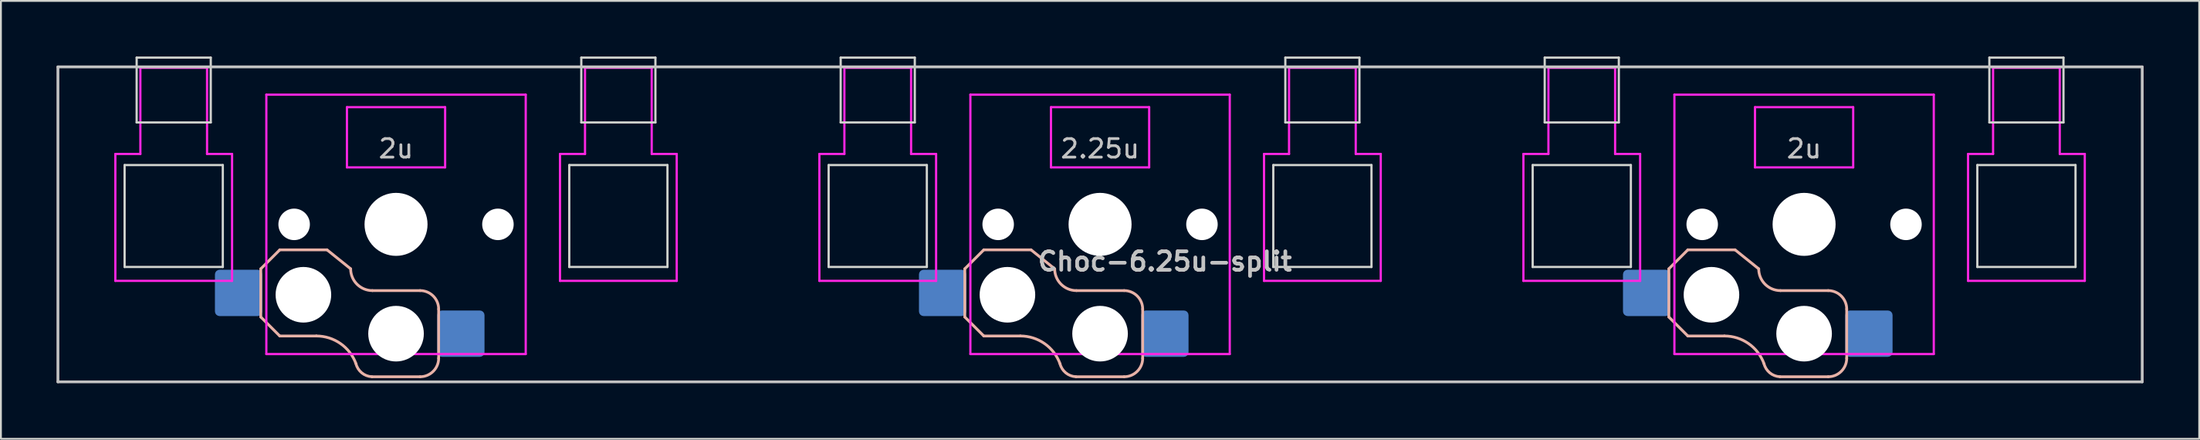
<source format=kicad_pcb>
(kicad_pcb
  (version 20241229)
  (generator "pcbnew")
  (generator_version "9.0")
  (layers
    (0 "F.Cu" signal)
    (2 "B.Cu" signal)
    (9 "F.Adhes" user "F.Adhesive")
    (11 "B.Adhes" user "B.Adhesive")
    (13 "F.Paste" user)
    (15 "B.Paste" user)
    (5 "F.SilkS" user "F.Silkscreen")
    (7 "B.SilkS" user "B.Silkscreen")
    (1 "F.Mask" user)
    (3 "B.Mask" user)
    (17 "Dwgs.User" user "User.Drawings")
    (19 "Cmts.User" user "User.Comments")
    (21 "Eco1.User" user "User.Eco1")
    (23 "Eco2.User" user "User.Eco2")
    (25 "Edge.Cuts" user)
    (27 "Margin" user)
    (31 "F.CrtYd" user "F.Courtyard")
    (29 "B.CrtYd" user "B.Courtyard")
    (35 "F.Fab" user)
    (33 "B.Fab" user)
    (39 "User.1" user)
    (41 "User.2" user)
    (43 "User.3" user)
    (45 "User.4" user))
  (footprint "Choc-6.25u-split"
    (layer "F.Cu")
    (at 56.326 9.06)
    (property "Reference" "Choc-6.25u-split" (at 3.5 2 180) (layer "Dwgs.User") (effects (font (size 1 1) (thickness 0.2))))
    (attr through_hole)
    (fp_line (start -45.3 2.4) (end -45.3 5) (stroke (width 0.15) (type solid)) (layer "B.SilkS"))
    (fp_line (start -45.3 2.4) (end -44.275 1.375) (stroke (width 0.15) (type solid)) (layer "B.SilkS"))
    (fp_line (start -45.3 5) (end -44.275 6.025) (stroke (width 0.15) (type solid)) (layer "B.SilkS"))
    (fp_line (start -42.3 6.025) (end -44.275 6.025) (stroke (width 0.15) (type solid)) (layer "B.SilkS"))
    (fp_line (start -41.725 1.375) (end -44.275 1.375) (stroke (width 0.15) (type solid)) (layer "B.SilkS"))
    (fp_line (start -41.725 1.375) (end -40.45 2.4) (stroke (width 0.15) (type solid)) (layer "B.SilkS"))
    (fp_line (start -36.7 3.575) (end -39.275 3.575) (stroke (width 0.15) (type solid)) (layer "B.SilkS"))
    (fp_line (start -36.7 8.225) (end -39.3 8.225) (stroke (width 0.15) (type solid)) (layer "B.SilkS"))
    (fp_line (start -35.7 4.575) (end -35.7 7.225) (stroke (width 0.15) (type solid)) (layer "B.SilkS"))
    (fp_line (start -7.3 2.4) (end -7.3 5) (stroke (width 0.15) (type solid)) (layer "B.SilkS"))
    (fp_line (start -7.3 2.4) (end -6.275 1.375) (stroke (width 0.15) (type solid)) (layer "B.SilkS"))
    (fp_line (start -7.3 5) (end -6.275 6.025) (stroke (width 0.15) (type solid)) (layer "B.SilkS"))
    (fp_line (start -4.3 6.025) (end -6.275 6.025) (stroke (width 0.15) (type solid)) (layer "B.SilkS"))
    (fp_line (start -3.725 1.375) (end -6.275 1.375) (stroke (width 0.15) (type solid)) (layer "B.SilkS"))
    (fp_line (start -3.725 1.375) (end -2.45 2.4) (stroke (width 0.15) (type solid)) (layer "B.SilkS"))
    (fp_line (start 1.3 3.575) (end -1.275 3.575) (stroke (width 0.15) (type solid)) (layer "B.SilkS"))
    (fp_line (start 1.3 8.225) (end -1.3 8.225) (stroke (width 0.15) (type solid)) (layer "B.SilkS"))
    (fp_line (start 2.3 4.575) (end 2.3 7.225) (stroke (width 0.15) (type solid)) (layer "B.SilkS"))
    (fp_line (start 30.7 2.4) (end 30.7 5) (stroke (width 0.15) (type solid)) (layer "B.SilkS"))
    (fp_line (start 30.7 2.4) (end 31.725 1.375) (stroke (width 0.15) (type solid)) (layer "B.SilkS"))
    (fp_line (start 30.7 5) (end 31.725 6.025) (stroke (width 0.15) (type solid)) (layer "B.SilkS"))
    (fp_line (start 33.7 6.025) (end 31.725 6.025) (stroke (width 0.15) (type solid)) (layer "B.SilkS"))
    (fp_line (start 34.275 1.375) (end 31.725 1.375) (stroke (width 0.15) (type solid)) (layer "B.SilkS"))
    (fp_line (start 34.275 1.375) (end 35.55 2.4) (stroke (width 0.15) (type solid)) (layer "B.SilkS"))
    (fp_line (start 39.3 3.575) (end 36.725 3.575) (stroke (width 0.15) (type solid)) (layer "B.SilkS"))
    (fp_line (start 39.3 8.225) (end 36.7 8.225) (stroke (width 0.15) (type solid)) (layer "B.SilkS"))
    (fp_line (start 40.3 4.575) (end 40.3 7.225) (stroke (width 0.15) (type solid)) (layer "B.SilkS"))
    (fp_arc (start -42.3 6.025) (mid -40.995114 6.436429) (end -40.162199 7.521904) (stroke (width 0.15) (type solid)) (layer "B.SilkS"))
    (fp_arc (start -39.300995 8.223791) (mid -39.848284 8.016021) (end -40.162199 7.521904) (stroke (width 0.15) (type solid)) (layer "B.SilkS"))
    (fp_arc (start -39.275 3.575) (mid -40.10585 3.23085) (end -40.45 2.4) (stroke (width 0.15) (type solid)) (layer "B.SilkS"))
    (fp_arc (start -36.7 3.575) (mid -35.992893 3.867893) (end -35.7 4.575) (stroke (width 0.15) (type solid)) (layer "B.SilkS"))
    (fp_arc (start -35.7 7.225) (mid -35.992893 7.932107) (end -36.7 8.225) (stroke (width 0.15) (type solid)) (layer "B.SilkS"))
    (fp_arc (start -4.3 6.025) (mid -2.995114 6.436429) (end -2.162199 7.521904) (stroke (width 0.15) (type solid)) (layer "B.SilkS"))
    (fp_arc (start -1.300995 8.223791) (mid -1.848286 8.016021) (end -2.162199 7.521904) (stroke (width 0.15) (type solid)) (layer "B.SilkS"))
    (fp_arc (start -1.275 3.575) (mid -2.10585 3.23085) (end -2.45 2.4) (stroke (width 0.15) (type solid)) (layer "B.SilkS"))
    (fp_arc (start 1.3 3.575) (mid 2.007107 3.867893) (end 2.3 4.575) (stroke (width 0.15) (type solid)) (layer "B.SilkS"))
    (fp_arc (start 2.3 7.225) (mid 2.007107 7.932107) (end 1.3 8.225) (stroke (width 0.15) (type solid)) (layer "B.SilkS"))
    (fp_arc (start 33.7 6.025) (mid 35.004886 6.436429) (end 35.837801 7.521904) (stroke (width 0.15) (type solid)) (layer "B.SilkS"))
    (fp_arc (start 36.699005 8.223791) (mid 36.151716 8.016021) (end 35.837801 7.521904) (stroke (width 0.15) (type solid)) (layer "B.SilkS"))
    (fp_arc (start 36.725 3.575) (mid 35.89415 3.23085) (end 35.55 2.4) (stroke (width 0.15) (type solid)) (layer "B.SilkS"))
    (fp_arc (start 39.3 3.575) (mid 40.007107 3.867893) (end 40.3 4.575) (stroke (width 0.15) (type solid)) (layer "B.SilkS"))
    (fp_arc (start 40.3 7.225) (mid 40.007107 7.932107) (end 39.3 8.225) (stroke (width 0.15) (type solid)) (layer "B.SilkS"))
    (fp_line (start -56.25 -8.5) (end 56.25 -8.5) (stroke (width 0.152) (type solid)) (layer "Dwgs.User"))
    (fp_line (start -56.25 8.5) (end -56.25 -8.5) (stroke (width 0.152) (type solid)) (layer "Dwgs.User"))
    (fp_line (start 56.25 -8.5) (end 56.25 8.5) (stroke (width 0.152) (type solid)) (layer "Dwgs.User"))
    (fp_line (start 56.25 8.5) (end -56.25 8.5) (stroke (width 0.152) (type solid)) (layer "Dwgs.User"))
    (fp_line (start -52.65 -3.2) (end -52.65 2.3) (stroke (width 0.12) (type solid)) (layer "Edge.Cuts"))
    (fp_line (start -52.65 -3.2) (end -47.35 -3.2) (stroke (width 0.12) (type solid)) (layer "Edge.Cuts"))
    (fp_line (start -52.65 2.3) (end -47.35 2.3) (stroke (width 0.12) (type solid)) (layer "Edge.Cuts"))
    (fp_line (start -52 -9) (end -52 -5.5) (stroke (width 0.12) (type solid)) (layer "Edge.Cuts"))
    (fp_line (start -52 -9) (end -48 -9) (stroke (width 0.12) (type solid)) (layer "Edge.Cuts"))
    (fp_line (start -52 -5.5) (end -48 -5.5) (stroke (width 0.12) (type solid)) (layer "Edge.Cuts"))
    (fp_line (start -48 -5.5) (end -48 -9) (stroke (width 0.12) (type solid)) (layer "Edge.Cuts"))
    (fp_line (start -47.35 2.3) (end -47.35 -3.2) (stroke (width 0.12) (type solid)) (layer "Edge.Cuts"))
    (fp_line (start -28.65 -3.2) (end -28.65 2.3) (stroke (width 0.12) (type solid)) (layer "Edge.Cuts"))
    (fp_line (start -28.65 -3.2) (end -23.35 -3.2) (stroke (width 0.12) (type solid)) (layer "Edge.Cuts"))
    (fp_line (start -28.65 2.3) (end -23.35 2.3) (stroke (width 0.12) (type solid)) (layer "Edge.Cuts"))
    (fp_line (start -28 -9) (end -28 -5.5) (stroke (width 0.12) (type solid)) (layer "Edge.Cuts"))
    (fp_line (start -28 -9) (end -24 -9) (stroke (width 0.12) (type solid)) (layer "Edge.Cuts"))
    (fp_line (start -28 -5.5) (end -24 -5.5) (stroke (width 0.12) (type solid)) (layer "Edge.Cuts"))
    (fp_line (start -24 -5.5) (end -24 -9) (stroke (width 0.12) (type solid)) (layer "Edge.Cuts"))
    (fp_line (start -23.35 2.3) (end -23.35 -3.2) (stroke (width 0.12) (type solid)) (layer "Edge.Cuts"))
    (fp_line (start -14.65 -3.2) (end -14.65 2.3) (stroke (width 0.12) (type solid)) (layer "Edge.Cuts"))
    (fp_line (start -14.65 -3.2) (end -9.35 -3.2) (stroke (width 0.12) (type solid)) (layer "Edge.Cuts"))
    (fp_line (start -14.65 2.3) (end -9.35 2.3) (stroke (width 0.12) (type solid)) (layer "Edge.Cuts"))
    (fp_line (start -14 -9) (end -14 -5.5) (stroke (width 0.12) (type solid)) (layer "Edge.Cuts"))
    (fp_line (start -14 -9) (end -10 -9) (stroke (width 0.12) (type solid)) (layer "Edge.Cuts"))
    (fp_line (start -14 -5.5) (end -10 -5.5) (stroke (width 0.12) (type solid)) (layer "Edge.Cuts"))
    (fp_line (start -10 -5.5) (end -10 -9) (stroke (width 0.12) (type solid)) (layer "Edge.Cuts"))
    (fp_line (start -9.35 2.3) (end -9.35 -3.2) (stroke (width 0.12) (type solid)) (layer "Edge.Cuts"))
    (fp_line (start 9.35 -3.2) (end 9.35 2.3) (stroke (width 0.12) (type solid)) (layer "Edge.Cuts"))
    (fp_line (start 9.35 -3.2) (end 14.65 -3.2) (stroke (width 0.12) (type solid)) (layer "Edge.Cuts"))
    (fp_line (start 9.35 2.3) (end 14.65 2.3) (stroke (width 0.12) (type solid)) (layer "Edge.Cuts"))
    (fp_line (start 10 -9) (end 10 -5.5) (stroke (width 0.12) (type solid)) (layer "Edge.Cuts"))
    (fp_line (start 10 -9) (end 14 -9) (stroke (width 0.12) (type solid)) (layer "Edge.Cuts"))
    (fp_line (start 10 -5.5) (end 14 -5.5) (stroke (width 0.12) (type solid)) (layer "Edge.Cuts"))
    (fp_line (start 14 -5.5) (end 14 -9) (stroke (width 0.12) (type solid)) (layer "Edge.Cuts"))
    (fp_line (start 14.65 2.3) (end 14.65 -3.2) (stroke (width 0.12) (type solid)) (layer "Edge.Cuts"))
    (fp_line (start 23.35 -3.2) (end 23.35 2.3) (stroke (width 0.12) (type solid)) (layer "Edge.Cuts"))
    (fp_line (start 23.35 -3.2) (end 28.65 -3.2) (stroke (width 0.12) (type solid)) (layer "Edge.Cuts"))
    (fp_line (start 23.35 2.3) (end 28.65 2.3) (stroke (width 0.12) (type solid)) (layer "Edge.Cuts"))
    (fp_line (start 24 -9) (end 24 -5.5) (stroke (width 0.12) (type solid)) (layer "Edge.Cuts"))
    (fp_line (start 24 -9) (end 28 -9) (stroke (width 0.12) (type solid)) (layer "Edge.Cuts"))
    (fp_line (start 24 -5.5) (end 28 -5.5) (stroke (width 0.12) (type solid)) (layer "Edge.Cuts"))
    (fp_line (start 28 -5.5) (end 28 -9) (stroke (width 0.12) (type solid)) (layer "Edge.Cuts"))
    (fp_line (start 28.65 2.3) (end 28.65 -3.2) (stroke (width 0.12) (type solid)) (layer "Edge.Cuts"))
    (fp_line (start 47.35 -3.2) (end 47.35 2.3) (stroke (width 0.12) (type solid)) (layer "Edge.Cuts"))
    (fp_line (start 47.35 -3.2) (end 52.65 -3.2) (stroke (width 0.12) (type solid)) (layer "Edge.Cuts"))
    (fp_line (start 47.35 2.3) (end 52.65 2.3) (stroke (width 0.12) (type solid)) (layer "Edge.Cuts"))
    (fp_line (start 48 -9) (end 48 -5.5) (stroke (width 0.12) (type solid)) (layer "Edge.Cuts"))
    (fp_line (start 48 -9) (end 52 -9) (stroke (width 0.12) (type solid)) (layer "Edge.Cuts"))
    (fp_line (start 48 -5.5) (end 52 -5.5) (stroke (width 0.12) (type solid)) (layer "Edge.Cuts"))
    (fp_line (start 52 -5.5) (end 52 -9) (stroke (width 0.12) (type solid)) (layer "Edge.Cuts"))
    (fp_line (start 52.65 2.3) (end 52.65 -3.2) (stroke (width 0.12) (type solid)) (layer "Edge.Cuts"))
    (fp_line (start -53.15 -3.8) (end -51.8 -3.8) (stroke (width 0.12) (type solid)) (layer "F.CrtYd"))
    (fp_line (start -53.15 3.05) (end -53.15 -3.8) (stroke (width 0.12) (type solid)) (layer "F.CrtYd"))
    (fp_line (start -53.15 3.05) (end -46.85 3.05) (stroke (width 0.12) (type solid)) (layer "F.CrtYd"))
    (fp_line (start -51.8 -8.45) (end -51.8 -3.8) (stroke (width 0.12) (type solid)) (layer "F.CrtYd"))
    (fp_line (start -51.8 -8.45) (end -48.2 -8.45) (stroke (width 0.12) (type solid)) (layer "F.CrtYd"))
    (fp_line (start -48.2 -8.45) (end -48.2 -3.8) (stroke (width 0.12) (type solid)) (layer "F.CrtYd"))
    (fp_line (start -48.2 -3.8) (end -46.85 -3.8) (stroke (width 0.12) (type solid)) (layer "F.CrtYd"))
    (fp_line (start -46.85 3.05) (end -46.85 -3.8) (stroke (width 0.12) (type solid)) (layer "F.CrtYd"))
    (fp_line (start -45 -7) (end -45 7) (stroke (width 0.12) (type solid)) (layer "F.CrtYd"))
    (fp_line (start -45 7) (end -31 7) (stroke (width 0.12) (type solid)) (layer "F.CrtYd"))
    (fp_line (start -40.65 -6.325) (end -35.35 -6.325) (stroke (width 0.12) (type solid)) (layer "F.CrtYd"))
    (fp_line (start -40.65 -3.075) (end -40.65 -6.325) (stroke (width 0.12) (type solid)) (layer "F.CrtYd"))
    (fp_line (start -35.35 -6.325) (end -35.35 -3.075) (stroke (width 0.12) (type solid)) (layer "F.CrtYd"))
    (fp_line (start -35.35 -3.075) (end -40.65 -3.075) (stroke (width 0.12) (type solid)) (layer "F.CrtYd"))
    (fp_line (start -31 -7) (end -45 -7) (stroke (width 0.12) (type solid)) (layer "F.CrtYd"))
    (fp_line (start -31 7) (end -31 -7) (stroke (width 0.12) (type solid)) (layer "F.CrtYd"))
    (fp_line (start -29.15 -3.8) (end -27.8 -3.8) (stroke (width 0.12) (type solid)) (layer "F.CrtYd"))
    (fp_line (start -29.15 3.05) (end -29.15 -3.8) (stroke (width 0.12) (type solid)) (layer "F.CrtYd"))
    (fp_line (start -29.15 3.05) (end -22.85 3.05) (stroke (width 0.12) (type solid)) (layer "F.CrtYd"))
    (fp_line (start -27.8 -8.45) (end -27.8 -3.8) (stroke (width 0.12) (type solid)) (layer "F.CrtYd"))
    (fp_line (start -27.8 -8.45) (end -24.2 -8.45) (stroke (width 0.12) (type solid)) (layer "F.CrtYd"))
    (fp_line (start -24.2 -8.45) (end -24.2 -3.8) (stroke (width 0.12) (type solid)) (layer "F.CrtYd"))
    (fp_line (start -24.2 -3.8) (end -22.85 -3.8) (stroke (width 0.12) (type solid)) (layer "F.CrtYd"))
    (fp_line (start -22.85 3.05) (end -22.85 -3.8) (stroke (width 0.12) (type solid)) (layer "F.CrtYd"))
    (fp_line (start -15.15 -3.8) (end -13.8 -3.8) (stroke (width 0.12) (type solid)) (layer "F.CrtYd"))
    (fp_line (start -15.15 3.05) (end -15.15 -3.8) (stroke (width 0.12) (type solid)) (layer "F.CrtYd"))
    (fp_line (start -15.15 3.05) (end -8.85 3.05) (stroke (width 0.12) (type solid)) (layer "F.CrtYd"))
    (fp_line (start -13.8 -8.45) (end -13.8 -3.8) (stroke (width 0.12) (type solid)) (layer "F.CrtYd"))
    (fp_line (start -13.8 -8.45) (end -10.2 -8.45) (stroke (width 0.12) (type solid)) (layer "F.CrtYd"))
    (fp_line (start -10.2 -8.45) (end -10.2 -3.8) (stroke (width 0.12) (type solid)) (layer "F.CrtYd"))
    (fp_line (start -10.2 -3.8) (end -8.85 -3.8) (stroke (width 0.12) (type solid)) (layer "F.CrtYd"))
    (fp_line (start -8.85 3.05) (end -8.85 -3.8) (stroke (width 0.12) (type solid)) (layer "F.CrtYd"))
    (fp_line (start -7 -7) (end -7 7) (stroke (width 0.12) (type solid)) (layer "F.CrtYd"))
    (fp_line (start -7 7) (end 7 7) (stroke (width 0.12) (type solid)) (layer "F.CrtYd"))
    (fp_line (start -2.65 -6.325) (end 2.65 -6.325) (stroke (width 0.12) (type solid)) (layer "F.CrtYd"))
    (fp_line (start -2.65 -3.075) (end -2.65 -6.325) (stroke (width 0.12) (type solid)) (layer "F.CrtYd"))
    (fp_line (start 2.65 -6.325) (end 2.65 -3.075) (stroke (width 0.12) (type solid)) (layer "F.CrtYd"))
    (fp_line (start 2.65 -3.075) (end -2.65 -3.075) (stroke (width 0.12) (type solid)) (layer "F.CrtYd"))
    (fp_line (start 7 -7) (end -7 -7) (stroke (width 0.12) (type solid)) (layer "F.CrtYd"))
    (fp_line (start 7 7) (end 7 -7) (stroke (width 0.12) (type solid)) (layer "F.CrtYd"))
    (fp_line (start 8.85 -3.8) (end 10.2 -3.8) (stroke (width 0.12) (type solid)) (layer "F.CrtYd"))
    (fp_line (start 8.85 3.05) (end 8.85 -3.8) (stroke (width 0.12) (type solid)) (layer "F.CrtYd"))
    (fp_line (start 8.85 3.05) (end 15.15 3.05) (stroke (width 0.12) (type solid)) (layer "F.CrtYd"))
    (fp_line (start 10.2 -8.45) (end 10.2 -3.8) (stroke (width 0.12) (type solid)) (layer "F.CrtYd"))
    (fp_line (start 10.2 -8.45) (end 13.8 -8.45) (stroke (width 0.12) (type solid)) (layer "F.CrtYd"))
    (fp_line (start 13.8 -8.45) (end 13.8 -3.8) (stroke (width 0.12) (type solid)) (layer "F.CrtYd"))
    (fp_line (start 13.8 -3.8) (end 15.15 -3.8) (stroke (width 0.12) (type solid)) (layer "F.CrtYd"))
    (fp_line (start 15.15 3.05) (end 15.15 -3.8) (stroke (width 0.12) (type solid)) (layer "F.CrtYd"))
    (fp_line (start 22.85 -3.8) (end 24.2 -3.8) (stroke (width 0.12) (type solid)) (layer "F.CrtYd"))
    (fp_line (start 22.85 3.05) (end 22.85 -3.8) (stroke (width 0.12) (type solid)) (layer "F.CrtYd"))
    (fp_line (start 22.85 3.05) (end 29.15 3.05) (stroke (width 0.12) (type solid)) (layer "F.CrtYd"))
    (fp_line (start 24.2 -8.45) (end 24.2 -3.8) (stroke (width 0.12) (type solid)) (layer "F.CrtYd"))
    (fp_line (start 24.2 -8.45) (end 27.8 -8.45) (stroke (width 0.12) (type solid)) (layer "F.CrtYd"))
    (fp_line (start 27.8 -8.45) (end 27.8 -3.8) (stroke (width 0.12) (type solid)) (layer "F.CrtYd"))
    (fp_line (start 27.8 -3.8) (end 29.15 -3.8) (stroke (width 0.12) (type solid)) (layer "F.CrtYd"))
    (fp_line (start 29.15 3.05) (end 29.15 -3.8) (stroke (width 0.12) (type solid)) (layer "F.CrtYd"))
    (fp_line (start 31 -7) (end 31 7) (stroke (width 0.12) (type solid)) (layer "F.CrtYd"))
    (fp_line (start 31 7) (end 45 7) (stroke (width 0.12) (type solid)) (layer "F.CrtYd"))
    (fp_line (start 35.35 -6.325) (end 40.65 -6.325) (stroke (width 0.12) (type solid)) (layer "F.CrtYd"))
    (fp_line (start 35.35 -3.075) (end 35.35 -6.325) (stroke (width 0.12) (type solid)) (layer "F.CrtYd"))
    (fp_line (start 40.65 -6.325) (end 40.65 -3.075) (stroke (width 0.12) (type solid)) (layer "F.CrtYd"))
    (fp_line (start 40.65 -3.075) (end 35.35 -3.075) (stroke (width 0.12) (type solid)) (layer "F.CrtYd"))
    (fp_line (start 45 -7) (end 31 -7) (stroke (width 0.12) (type solid)) (layer "F.CrtYd"))
    (fp_line (start 45 7) (end 45 -7) (stroke (width 0.12) (type solid)) (layer "F.CrtYd"))
    (fp_line (start 46.85 -3.8) (end 48.2 -3.8) (stroke (width 0.12) (type solid)) (layer "F.CrtYd"))
    (fp_line (start 46.85 3.05) (end 46.85 -3.8) (stroke (width 0.12) (type solid)) (layer "F.CrtYd"))
    (fp_line (start 46.85 3.05) (end 53.15 3.05) (stroke (width 0.12) (type solid)) (layer "F.CrtYd"))
    (fp_line (start 48.2 -8.45) (end 48.2 -3.8) (stroke (width 0.12) (type solid)) (layer "F.CrtYd"))
    (fp_line (start 48.2 -8.45) (end 51.8 -8.45) (stroke (width 0.12) (type solid)) (layer "F.CrtYd"))
    (fp_line (start 51.8 -8.45) (end 51.8 -3.8) (stroke (width 0.12) (type solid)) (layer "F.CrtYd"))
    (fp_line (start 51.8 -3.8) (end 53.15 -3.8) (stroke (width 0.12) (type solid)) (layer "F.CrtYd"))
    (fp_line (start 53.15 3.05) (end 53.15 -3.8) (stroke (width 0.12) (type solid)) (layer "F.CrtYd"))
    (fp_text user "2.25u" (at 0 -3.5 0) (unlocked yes) (layer "Dwgs.User") (effects (font (size 1 1) (thickness 0.15)) (justify bottom)))
    (fp_text user "2u" (at -38 -3.5 0) (unlocked yes) (layer "Dwgs.User") (effects (font (size 1 1) (thickness 0.15)) (justify bottom)))
    (fp_text user "2u" (at 38 -3.5 0) (unlocked yes) (layer "Dwgs.User") (effects (font (size 1 1) (thickness 0.15)) (justify bottom)))
    (pad "" np_thru_hole circle (at -43.5 0 180) (size 1.7 1.7) (drill 1.7) (layers "*.Cu" "*.Mask"))
    (pad "" np_thru_hole circle (at -43 3.8 90) (size 3 3) (drill 3) (layers "*.Cu" "*.Mask"))
    (pad "" np_thru_hole circle (at -38 0 90) (size 3.4 3.4) (drill 3.4) (layers "*.Cu" "*.Mask"))
    (pad "" np_thru_hole circle (at -38 5.9 90) (size 3 3) (drill 3) (layers "*.Cu" "*.Mask"))
    (pad "" np_thru_hole circle (at -32.5 0 180) (size 1.7 1.7) (drill 1.7) (layers "*.Cu" "*.Mask"))
    (pad "" np_thru_hole circle (at -5.5 0 180) (size 1.7 1.7) (drill 1.7) (layers "*.Cu" "*.Mask"))
    (pad "" np_thru_hole circle (at -5 3.8 90) (size 3 3) (drill 3) (layers "*.Cu" "*.Mask"))
    (pad "" np_thru_hole circle (at 0 0 90) (size 3.4 3.4) (drill 3.4) (layers "*.Cu" "*.Mask"))
    (pad "" np_thru_hole circle (at 0 5.9 90) (size 3 3) (drill 3) (layers "*.Cu" "*.Mask"))
    (pad "" np_thru_hole circle (at 5.5 0 180) (size 1.7 1.7) (drill 1.7) (layers "*.Cu" "*.Mask"))
    (pad "" np_thru_hole circle (at 32.5 0 180) (size 1.7 1.7) (drill 1.7) (layers "*.Cu" "*.Mask"))
    (pad "" np_thru_hole circle (at 33 3.8 90) (size 3 3) (drill 3) (layers "*.Cu" "*.Mask"))
    (pad "" np_thru_hole circle (at 38 0 90) (size 3.4 3.4) (drill 3.4) (layers "*.Cu" "*.Mask"))
    (pad "" np_thru_hole circle (at 38 5.9 90) (size 3 3) (drill 3) (layers "*.Cu" "*.Mask"))
    (pad "" np_thru_hole circle (at 43.5 0 180) (size 1.7 1.7) (drill 1.7) (layers "*.Cu" "*.Mask"))
    (pad "1" smd roundrect (at -46.5 3.7) (size 2.55 2.5) (layers "B.Cu" "B.Mask" "B.Paste") (roundrect_rratio 0.1))
    (pad "2" smd roundrect (at -34.5 5.9) (size 2.55 2.5) (layers "B.Cu" "B.Mask" "B.Paste") (roundrect_rratio 0.1))
    (pad "3" smd roundrect (at -8.5 3.7) (size 2.55 2.5) (layers "B.Cu" "B.Mask" "B.Paste") (roundrect_rratio 0.1))
    (pad "4" smd roundrect (at 3.5 5.9) (size 2.55 2.5) (layers "B.Cu" "B.Mask" "B.Paste") (roundrect_rratio 0.1))
    (pad "5" smd roundrect (at 29.5 3.7) (size 2.55 2.5) (layers "B.Cu" "B.Mask" "B.Paste") (roundrect_rratio 0.1))
    (pad "6" smd roundrect (at 41.5 5.9) (size 2.55 2.5) (layers "B.Cu" "B.Mask" "B.Paste") (roundrect_rratio 0.1)))
  (gr_rect
    (start -3 -3)
    (end 115.652 20.636)
    (stroke (width 0.1) (type default))
    (fill no)
    (layer "Edge.Cuts")))
</source>
